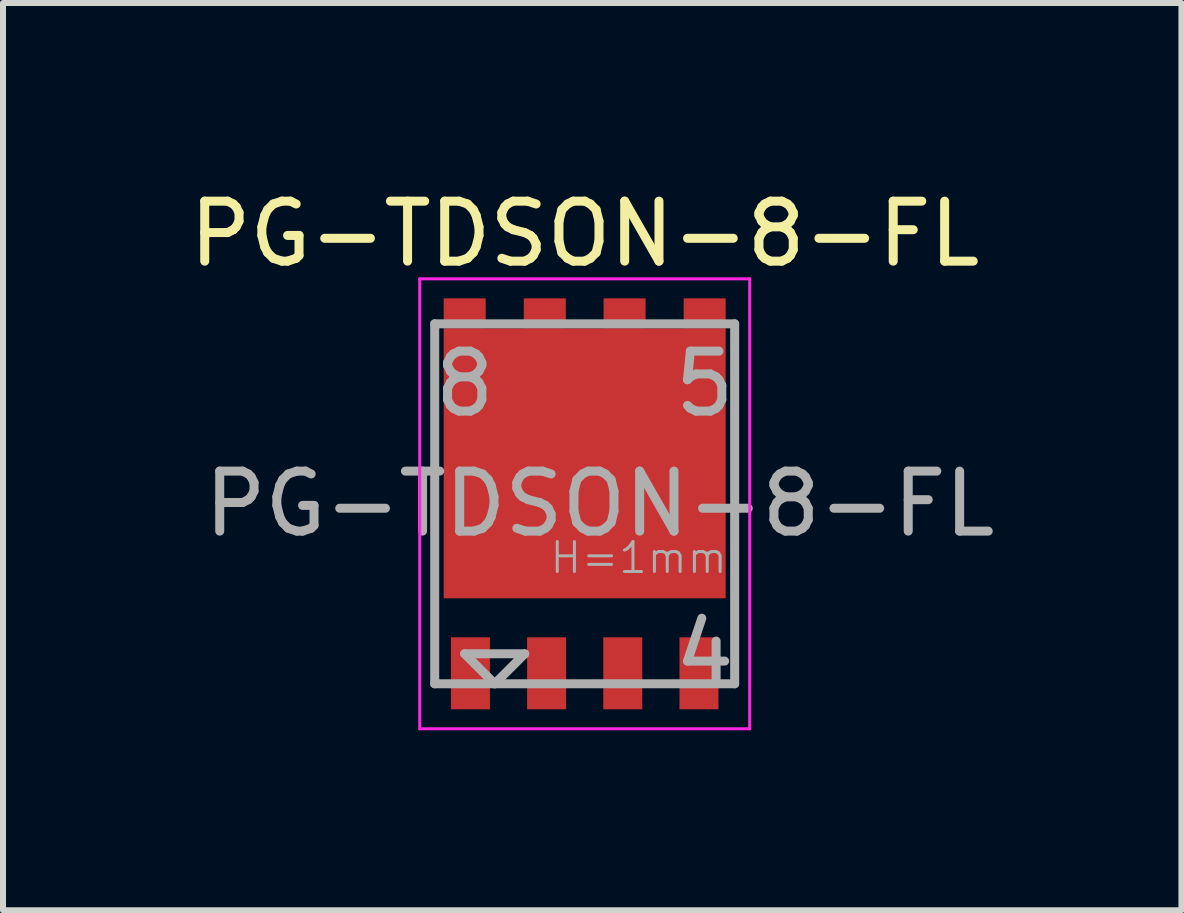
<source format=kicad_pcb>
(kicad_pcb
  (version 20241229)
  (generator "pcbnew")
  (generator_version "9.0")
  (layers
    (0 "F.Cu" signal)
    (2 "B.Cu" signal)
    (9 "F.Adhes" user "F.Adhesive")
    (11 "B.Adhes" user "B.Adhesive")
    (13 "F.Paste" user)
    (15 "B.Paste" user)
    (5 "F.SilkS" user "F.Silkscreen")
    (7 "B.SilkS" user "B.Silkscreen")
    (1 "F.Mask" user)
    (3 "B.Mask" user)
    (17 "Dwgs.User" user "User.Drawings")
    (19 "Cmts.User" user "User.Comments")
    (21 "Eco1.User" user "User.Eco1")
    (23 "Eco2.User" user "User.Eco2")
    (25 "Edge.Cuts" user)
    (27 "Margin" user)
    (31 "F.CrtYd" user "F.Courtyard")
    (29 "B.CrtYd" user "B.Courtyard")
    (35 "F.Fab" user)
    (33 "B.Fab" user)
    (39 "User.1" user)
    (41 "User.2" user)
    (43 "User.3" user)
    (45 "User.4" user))
  (footprint "PG-TDSON-8-FL"
    (layer "F.Cu")
    (at 6.696 5.348)
    (property "Reference" "PG-TDSON-8-FL" (at 0 -4.5 0) (layer "F.SilkS") (effects (font (size 1 1) (thickness 0.15))))
    (attr smd)
    (fp_line (start -2.75 3.75) (end -2.75 -3.75) (stroke (width 0.05) (type solid)) (layer "F.CrtYd"))
    (fp_line (start 2.75 -3.75) (end -2.75 -3.75) (stroke (width 0.05) (type solid)) (layer "F.CrtYd"))
    (fp_line (start 2.75 -3.75) (end 2.75 3.75) (stroke (width 0.05) (type solid)) (layer "F.CrtYd"))
    (fp_line (start 2.75 3.75) (end -2.75 3.75) (stroke (width 0.05) (type solid)) (layer "F.CrtYd"))
    (fp_line (start -2.5 -3) (end -2.5 3) (stroke (width 0.15) (type solid)) (layer "F.Fab"))
    (fp_line (start -2.5 3) (end 2.5 3) (stroke (width 0.15) (type solid)) (layer "F.Fab"))
    (fp_line (start -2 2.5) (end -1.5 3) (stroke (width 0.15) (type solid)) (layer "F.Fab"))
    (fp_line (start -1.5 3) (end -1 2.5) (stroke (width 0.15) (type solid)) (layer "F.Fab"))
    (fp_line (start -1 2.5) (end -2 2.5) (stroke (width 0.15) (type solid)) (layer "F.Fab"))
    (fp_line (start 2.5 -3) (end -2.5 -3) (stroke (width 0.15) (type solid)) (layer "F.Fab"))
    (fp_line (start 2.5 3) (end 2.5 -3) (stroke (width 0.15) (type solid)) (layer "F.Fab"))
    (fp_text user "4" (at 2 2.5 0) (layer "F.Fab") (effects (font (size 1 1) (thickness 0.15))))
    (fp_text user "${REFERENCE}" (at 0.25 0 0) (layer "F.Fab") (effects (font (size 1 1) (thickness 0.15))))
    (fp_text user "H=1mm" (at 0.9 0.9 0) (layer "F.Fab") (effects (font (size 0.5 0.5) (thickness 0.05))))
    (fp_text user "5" (at 2 -2 0) (layer "F.Fab") (effects (font (size 1 1) (thickness 0.15))))
    (fp_text user "8" (at -2 -2 0) (layer "F.Fab") (effects (font (size 1 1) (thickness 0.15))))
    (pad "1" smd rect (at -1.905 2.825) (size 0.65 1.2) (layers "F.Cu" "F.Mask" "F.Paste"))
    (pad "1" smd rect (at -0.635 2.825) (size 0.65 1.2) (layers "F.Cu" "F.Mask" "F.Paste"))
    (pad "1" smd rect (at 0.635 2.825) (size 0.65 1.2) (layers "F.Cu" "F.Mask" "F.Paste"))
    (pad "2" smd rect (at 1.905 2.825) (size 0.65 1.2) (layers "F.Cu" "F.Mask" "F.Paste"))
    (pad "3" smd rect (at -2 -3.175) (size 0.7 0.5) (layers "F.Cu" "F.Mask" "F.Paste"))
    (pad "3" smd rect (at -0.665 -3.175) (size 0.7 0.5) (layers "F.Cu" "F.Mask" "F.Paste"))
    (pad "3" smd rect (at 0 -0.675) (size 4.7 4.5) (layers "F.Cu" "F.Mask" "F.Paste"))
    (pad "3" smd rect (at 0.665 -3.175) (size 0.7 0.5) (layers "F.Cu" "F.Mask" "F.Paste"))
    (pad "3" smd rect (at 2 -3.175) (size 0.7 0.5) (layers "F.Cu" "F.Mask" "F.Paste")))
  (gr_rect
    (start -3 -3)
    (end 16.643 12.123)
    (stroke (width 0.1) (type default))
    (fill no)
    (layer "Edge.Cuts")))
</source>
